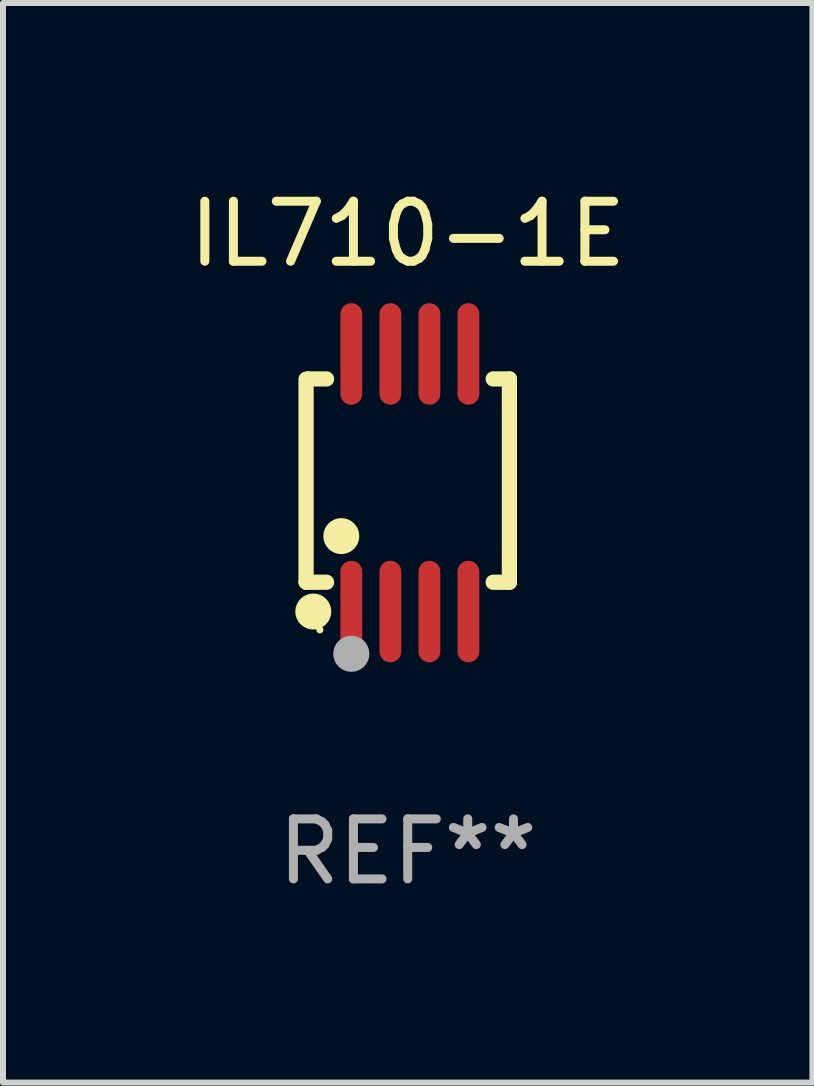
<source format=kicad_pcb>
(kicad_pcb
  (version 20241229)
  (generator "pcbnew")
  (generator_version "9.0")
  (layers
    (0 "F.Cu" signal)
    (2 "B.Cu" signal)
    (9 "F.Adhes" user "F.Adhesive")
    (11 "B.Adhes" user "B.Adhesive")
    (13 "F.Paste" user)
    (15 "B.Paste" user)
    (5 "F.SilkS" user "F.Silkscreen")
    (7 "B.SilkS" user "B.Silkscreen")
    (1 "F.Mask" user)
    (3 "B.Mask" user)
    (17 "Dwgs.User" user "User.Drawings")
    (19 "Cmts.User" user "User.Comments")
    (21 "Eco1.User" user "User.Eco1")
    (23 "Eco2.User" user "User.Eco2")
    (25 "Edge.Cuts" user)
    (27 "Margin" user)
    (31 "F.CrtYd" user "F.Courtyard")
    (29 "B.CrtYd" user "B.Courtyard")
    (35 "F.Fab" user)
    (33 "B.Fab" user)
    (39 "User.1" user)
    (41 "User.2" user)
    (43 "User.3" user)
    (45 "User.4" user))
  (footprint "IL710-1E"
    (layer "F.Cu")
    (at 3.744 4.994)
    (property "Reference" "IL710-1E" (at 0 -4.146 0) (layer "F.SilkS") (effects (font (size 1 1) (thickness 0.15))))
    (attr through_hole)
    (fp_line (start -1.694 -1.724) (end -1.694 1.652) (stroke (width 0.254) (type solid)) (layer "F.SilkS"))
    (fp_line (start -1.694 1.652) (end -1.688 1.658) (stroke (width 0.254) (type solid)) (layer "F.SilkS"))
    (fp_line (start -1.688 1.658) (end -1.353 1.658) (stroke (width 0.254) (type solid)) (layer "F.SilkS"))
    (fp_line (start -1.661 -1.73) (end -1.681 -1.71) (stroke (width 0.254) (type solid)) (layer "F.SilkS"))
    (fp_line (start -1.353 -1.73) (end -1.661 -1.73) (stroke (width 0.254) (type solid)) (layer "F.SilkS"))
    (fp_line (start 1.424 1.658) (end 1.694 1.658) (stroke (width 0.254) (type solid)) (layer "F.SilkS"))
    (fp_line (start 1.694 -1.73) (end 1.424 -1.73) (stroke (width 0.254) (type solid)) (layer "F.SilkS"))
    (fp_line (start 1.694 1.658) (end 1.694 -1.73) (stroke (width 0.254) (type solid)) (layer "F.SilkS"))
    (fp_circle (center -1.574 2.146) (end -1.424 2.146) (stroke (width 0.3) (type solid)) (fill no) (layer "F.SilkS"))
    (fp_circle (center -1.464 2.45) (end -1.434 2.45) (stroke (width 0.06) (type solid)) (fill no) (layer "F.SilkS"))
    (fp_circle (center -1.107 0.889) (end -0.957 0.889) (stroke (width 0.3) (type solid)) (fill no) (layer "F.SilkS"))
    (fp_circle (center -0.94 2.85) (end -0.789 2.85) (stroke (width 0.3) (type solid)) (fill no) (layer "F.Fab"))
    (fp_text user "REF**" (at 0 6.146 0) (layer "F.Fab") (effects (font (size 1 1) (thickness 0.15))))
    (pad "1" smd oval (at -0.94 2.146) (size 0.364 1.692) (layers "F.Cu" "F.Mask" "F.Paste"))
    (pad "2" smd oval (at -0.289 2.146) (size 0.364 1.692) (layers "F.Cu" "F.Mask" "F.Paste"))
    (pad "3" smd oval (at 0.361 2.146) (size 0.364 1.692) (layers "F.Cu" "F.Mask" "F.Paste"))
    (pad "4" smd oval (at 1.011 2.146) (size 0.364 1.692) (layers "F.Cu" "F.Mask" "F.Paste"))
    (pad "5" smd oval (at 1.011 -2.146) (size 0.364 1.692) (layers "F.Cu" "F.Mask" "F.Paste"))
    (pad "6" smd oval (at 0.361 -2.146) (size 0.364 1.692) (layers "F.Cu" "F.Mask" "F.Paste"))
    (pad "7" smd oval (at -0.289 -2.146) (size 0.364 1.692) (layers "F.Cu" "F.Mask" "F.Paste"))
    (pad "8" smd oval (at -0.94 -2.146) (size 0.364 1.692) (layers "F.Cu" "F.Mask" "F.Paste")))
  (gr_rect
    (start -3 -3)
    (end 10.488 14.989)
    (stroke (width 0.1) (type default))
    (fill no)
    (layer "Edge.Cuts")))
</source>
